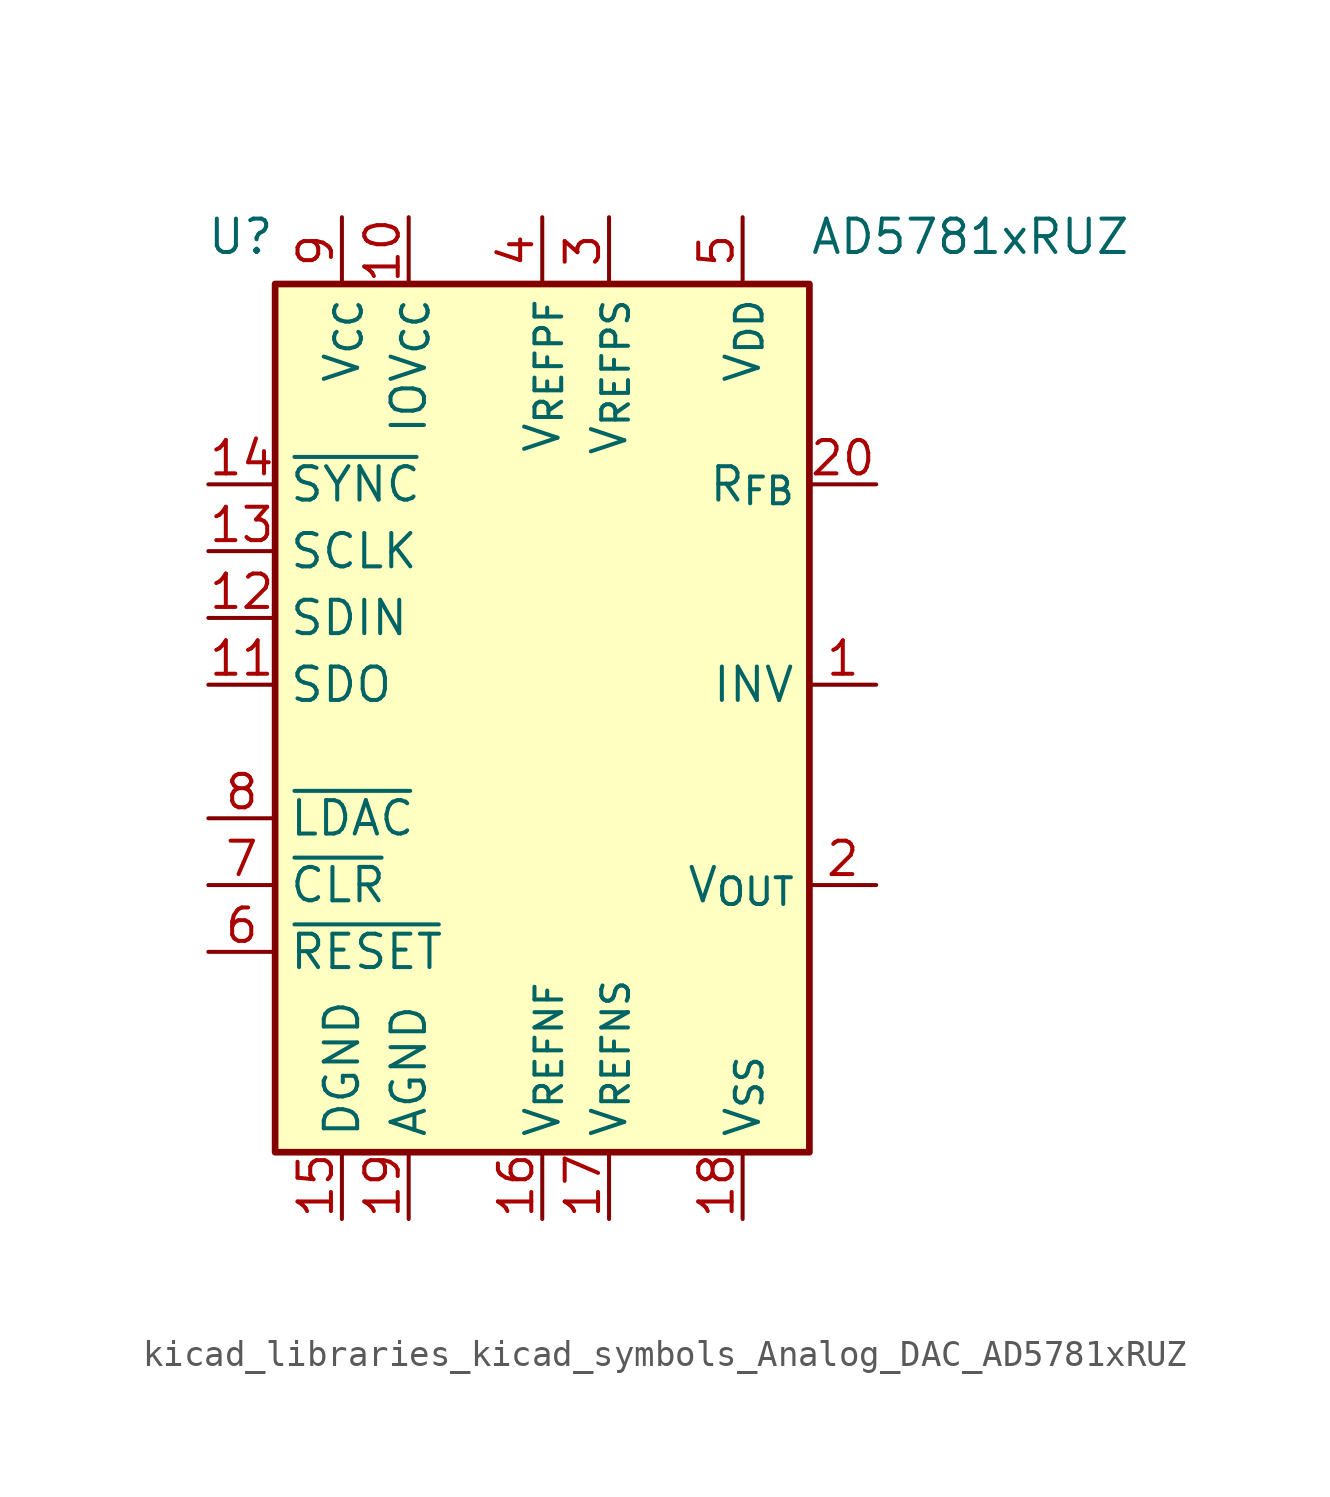
<source format=kicad_sym>
(kicad_symbol_lib
  (version 20220914)
  (generator kicad_symbol_editor)
  (symbol "kicad_libraries_kicad_symbols_Analog_DAC_AD5781xRUZ"
    (property "Reference" "U"
      (at -10.16 17.78 0)
      (effects (font (size 1.27 1.27)) (justify right top)))
    (property "Value" "AD5781xRUZ"
      (at 10.16 17.78 0)
      (effects (font (size 1.27 1.27)) (justify left top)))
    (symbol "kicad_libraries_kicad_symbols_Analog_DAC_AD5781xRUZ_1_1"
      (rectangle (start -10.16 15.24) (end 10.16 -17.78) (stroke (width 0.254) (type default)) (fill (type background)))
      (pin output line (at 12.7 0 180) (length 2.54) (name "INV" (effects (font (size 1.27 1.27)))) (number "1" (effects (font (size 1.27 1.27)))))
      (pin power_in line (at -5.08 17.78 270) (length 2.54) (name "IOV_{CC}" (effects (font (size 1.27 1.27)))) (number "10" (effects (font (size 1.27 1.27)))))
      (pin output line (at -12.7 0 0) (length 2.54) (name "SDO" (effects (font (size 1.27 1.27)))) (number "11" (effects (font (size 1.27 1.27)))))
      (pin input line (at -12.7 2.54 0) (length 2.54) (name "SDIN" (effects (font (size 1.27 1.27)))) (number "12" (effects (font (size 1.27 1.27)))))
      (pin input line (at -12.7 5.08 0) (length 2.54) (name "SCLK" (effects (font (size 1.27 1.27)))) (number "13" (effects (font (size 1.27 1.27)))))
      (pin input line (at -12.7 7.62 0) (length 2.54) (name "~{SYNC}" (effects (font (size 1.27 1.27)))) (number "14" (effects (font (size 1.27 1.27)))))
      (pin power_in line (at -7.62 -20.32 90) (length 2.54) (name "DGND" (effects (font (size 1.27 1.27)))) (number "15" (effects (font (size 1.27 1.27)))))
      (pin input line (at 0 -20.32 90) (length 2.54) (name "V_{REFNF}" (effects (font (size 1.27 1.27)))) (number "16" (effects (font (size 1.27 1.27)))))
      (pin output line (at 2.54 -20.32 90) (length 2.54) (name "V_{REFNS}" (effects (font (size 1.27 1.27)))) (number "17" (effects (font (size 1.27 1.27)))))
      (pin power_in line (at 7.62 -20.32 90) (length 2.54) (name "V_{SS}" (effects (font (size 1.27 1.27)))) (number "18" (effects (font (size 1.27 1.27)))))
      (pin power_in line (at -5.08 -20.32 90) (length 2.54) (name "AGND" (effects (font (size 1.27 1.27)))) (number "19" (effects (font (size 1.27 1.27)))))
      (pin output line (at 12.7 -7.62 180) (length 2.54) (name "V_{OUT}" (effects (font (size 1.27 1.27)))) (number "2" (effects (font (size 1.27 1.27)))))
      (pin passive line (at 12.7 7.62 180) (length 2.54) (name "R_{FB}" (effects (font (size 1.27 1.27)))) (number "20" (effects (font (size 1.27 1.27)))))
      (pin output line (at 2.54 17.78 270) (length 2.54) (name "V_{REFPS}" (effects (font (size 1.27 1.27)))) (number "3" (effects (font (size 1.27 1.27)))))
      (pin input line (at 0 17.78 270) (length 2.54) (name "V_{REFPF}" (effects (font (size 1.27 1.27)))) (number "4" (effects (font (size 1.27 1.27)))))
      (pin power_in line (at 7.62 17.78 270) (length 2.54) (name "V_{DD}" (effects (font (size 1.27 1.27)))) (number "5" (effects (font (size 1.27 1.27)))))
      (pin input line (at -12.7 -10.16 0) (length 2.54) (name "~{RESET}" (effects (font (size 1.27 1.27)))) (number "6" (effects (font (size 1.27 1.27)))))
      (pin input line (at -12.7 -7.62 0) (length 2.54) (name "~{CLR}" (effects (font (size 1.27 1.27)))) (number "7" (effects (font (size 1.27 1.27)))))
      (pin input line (at -12.7 -5.08 0) (length 2.54) (name "~{LDAC}" (effects (font (size 1.27 1.27)))) (number "8" (effects (font (size 1.27 1.27)))))
      (pin power_in line (at -7.62 17.78 270) (length 2.54) (name "V_{CC}" (effects (font (size 1.27 1.27)))) (number "9" (effects (font (size 1.27 1.27))))))))
</source>
